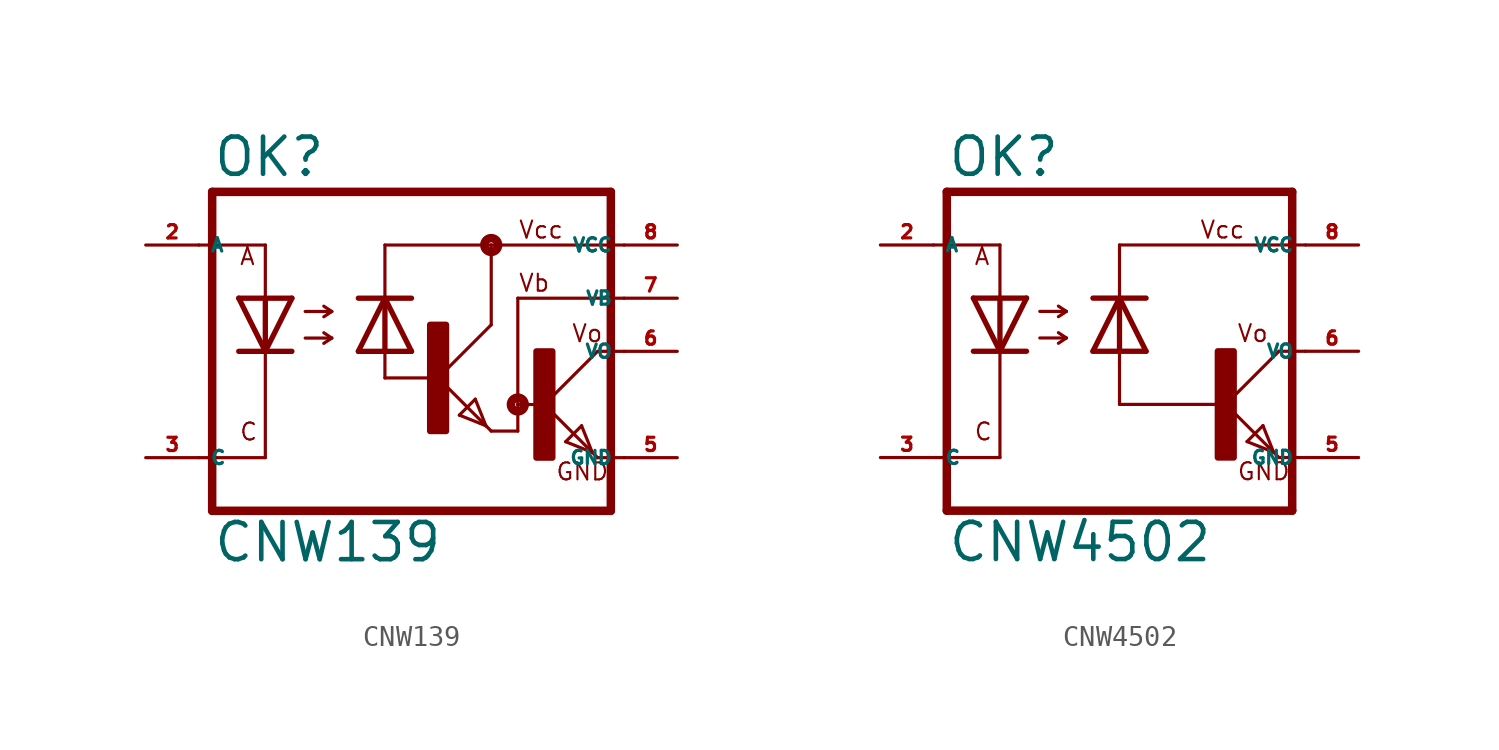
<source format=kicad_sym>
(kicad_symbol_lib
  (version 20220914)
  (generator kicad_symbol_editor)
  (symbol "CNW139"
    (property "Reference" "OK"
      (at -9.525 8.255 0)
      (effects (font (size 1.778 1.778) (thickness 0.22)) (justify left bottom)))
    (property "Value" "CNW139"
      (at -9.525 -10.16 0)
      (effects (font (size 1.778 1.778) (thickness 0.22)) (justify left bottom)))
    (symbol "CNW139_1_1"
      (polyline (pts (xy -10.16 -5.08) (xy -6.985 -5.08)) (stroke (width 0.152) (type default)) (fill (type none)))
      (polyline (pts (xy -10.16 5.08) (xy -6.985 5.08)) (stroke (width 0.152) (type default)) (fill (type none)))
      (polyline (pts (xy -9.525 7.62) (xy -9.525 -7.62)) (stroke (width 0.406) (type default)) (fill (type none)))
      (polyline (pts (xy -6.985 -5.08) (xy -6.985 0)) (stroke (width 0.152) (type default)) (fill (type none)))
      (polyline (pts (xy -6.985 0) (xy -8.255 0)) (stroke (width 0.254) (type default)) (fill (type none)))
      (polyline (pts (xy -6.985 0) (xy -8.255 2.54)) (stroke (width 0.254) (type default)) (fill (type none)))
      (polyline (pts (xy -6.985 2.54) (xy -8.255 2.54)) (stroke (width 0.254) (type default)) (fill (type none)))
      (polyline (pts (xy -6.985 2.54) (xy -6.985 0)) (stroke (width 0.254) (type default)) (fill (type none)))
      (polyline (pts (xy -6.985 2.54) (xy -6.985 5.08)) (stroke (width 0.152) (type default)) (fill (type none)))
      (polyline (pts (xy -5.715 0) (xy -6.985 0)) (stroke (width 0.254) (type default)) (fill (type none)))
      (polyline (pts (xy -5.715 2.54) (xy -6.985 0)) (stroke (width 0.254) (type default)) (fill (type none)))
      (polyline (pts (xy -5.715 2.54) (xy -6.985 2.54)) (stroke (width 0.254) (type default)) (fill (type none)))
      (polyline (pts (xy -5.08 0.635) (xy -3.81 0.635)) (stroke (width 0.152) (type default)) (fill (type none)))
      (polyline (pts (xy -5.08 1.905) (xy -3.81 1.905)) (stroke (width 0.152) (type default)) (fill (type none)))
      (polyline (pts (xy -3.81 0.635) (xy -4.191 0.381)) (stroke (width 0.152) (type default)) (fill (type none)))
      (polyline (pts (xy -3.81 0.635) (xy -4.191 0.889)) (stroke (width 0.152) (type default)) (fill (type none)))
      (polyline (pts (xy -3.81 1.905) (xy -4.191 1.651)) (stroke (width 0.152) (type default)) (fill (type none)))
      (polyline (pts (xy -3.81 1.905) (xy -4.191 2.159)) (stroke (width 0.152) (type default)) (fill (type none)))
      (polyline (pts (xy -2.54 0) (xy -1.27 0)) (stroke (width 0.254) (type default)) (fill (type none)))
      (polyline (pts (xy -2.54 0) (xy -1.27 2.54)) (stroke (width 0.254) (type default)) (fill (type none)))
      (polyline (pts (xy -2.54 2.54) (xy -1.27 2.54)) (stroke (width 0.254) (type default)) (fill (type none)))
      (polyline (pts (xy -1.27 -1.27) (xy -1.27 0)) (stroke (width 0.152) (type default)) (fill (type none)))
      (polyline (pts (xy -1.27 -1.27) (xy 1.27 -1.27)) (stroke (width 0.152) (type default)) (fill (type none)))
      (polyline (pts (xy -1.27 0) (xy -1.27 2.54)) (stroke (width 0.254) (type default)) (fill (type none)))
      (polyline (pts (xy -1.27 0) (xy 0 0)) (stroke (width 0.254) (type default)) (fill (type none)))
      (polyline (pts (xy -1.27 2.54) (xy 0 0)) (stroke (width 0.254) (type default)) (fill (type none)))
      (polyline (pts (xy -1.27 2.54) (xy 0 2.54)) (stroke (width 0.254) (type default)) (fill (type none)))
      (polyline (pts (xy -1.27 5.08) (xy -1.27 2.54)) (stroke (width 0.152) (type default)) (fill (type none)))
      (polyline (pts (xy 1.27 -1.27) (xy 3.556 -3.556)) (stroke (width 0.152) (type default)) (fill (type none)))
      (polyline (pts (xy 2.286 -3.048) (xy 3.048 -2.286)) (stroke (width 0.152) (type default)) (fill (type none)))
      (polyline (pts (xy 3.048 -2.286) (xy 3.556 -3.556)) (stroke (width 0.152) (type default)) (fill (type none)))
      (polyline (pts (xy 3.556 -3.556) (xy 2.286 -3.048)) (stroke (width 0.152) (type default)) (fill (type none)))
      (polyline (pts (xy 3.556 -3.556) (xy 3.81 -3.81)) (stroke (width 0.152) (type default)) (fill (type none)))
      (polyline (pts (xy 3.81 -3.81) (xy 5.08 -3.81)) (stroke (width 0.152) (type default)) (fill (type none)))
      (polyline (pts (xy 3.81 1.27) (xy 1.27 -1.27)) (stroke (width 0.152) (type default)) (fill (type none)))
      (polyline (pts (xy 3.81 1.27) (xy 3.81 5.08)) (stroke (width 0.152) (type default)) (fill (type none)))
      (polyline (pts (xy 3.81 5.08) (xy -1.27 5.08)) (stroke (width 0.152) (type default)) (fill (type none)))
      (polyline (pts (xy 3.81 5.08) (xy 10.16 5.08)) (stroke (width 0.152) (type default)) (fill (type none)))
      (polyline (pts (xy 5.08 -3.81) (xy 5.08 -2.54)) (stroke (width 0.152) (type default)) (fill (type none)))
      (polyline (pts (xy 5.08 -2.54) (xy 5.08 2.54)) (stroke (width 0.152) (type default)) (fill (type none)))
      (polyline (pts (xy 5.08 -2.54) (xy 6.35 -2.54)) (stroke (width 0.152) (type default)) (fill (type none)))
      (polyline (pts (xy 5.08 2.54) (xy 10.16 2.54)) (stroke (width 0.152) (type default)) (fill (type none)))
      (polyline (pts (xy 6.35 -2.54) (xy 8.636 -4.826)) (stroke (width 0.152) (type default)) (fill (type none)))
      (polyline (pts (xy 7.366 -4.318) (xy 8.128 -3.556)) (stroke (width 0.152) (type default)) (fill (type none)))
      (polyline (pts (xy 8.128 -3.556) (xy 8.636 -4.826)) (stroke (width 0.152) (type default)) (fill (type none)))
      (polyline (pts (xy 8.636 -4.826) (xy 7.366 -4.318)) (stroke (width 0.152) (type default)) (fill (type none)))
      (polyline (pts (xy 8.636 -4.826) (xy 8.89 -5.08)) (stroke (width 0.152) (type default)) (fill (type none)))
      (polyline (pts (xy 8.89 -5.08) (xy 10.16 -5.08)) (stroke (width 0.152) (type default)) (fill (type none)))
      (polyline (pts (xy 8.89 0) (xy 6.35 -2.54)) (stroke (width 0.152) (type default)) (fill (type none)))
      (polyline (pts (xy 8.89 0) (xy 10.16 0)) (stroke (width 0.152) (type default)) (fill (type none)))
      (polyline (pts (xy 9.525 -7.62) (xy -9.525 -7.62)) (stroke (width 0.406) (type default)) (fill (type none)))
      (polyline (pts (xy 9.525 7.62) (xy -9.525 7.62)) (stroke (width 0.406) (type default)) (fill (type none)))
      (polyline (pts (xy 9.525 7.62) (xy 9.525 -7.62)) (stroke (width 0.406) (type default)) (fill (type none)))
      (rectangle (start 0.889 -3.81) (end 1.651 1.27) (stroke (width 0.3) (type default)) (fill (type outline)))
      (circle (center 3.81 5.08) (radius 0.127) (stroke (width 0.406) (type default)) (fill (type none)))
      (circle (center 5.08 -2.54) (radius 0.127) (stroke (width 0.406) (type default)) (fill (type none)))
      (rectangle (start 5.969 -5.08) (end 6.731 0) (stroke (width 0.3) (type default)) (fill (type outline)))
      (text "A" (at -8.255 4.064 0) (effects (font (size 0.813 0.813) (thickness 0.1)) (justify left bottom)))
      (text "C" (at -8.255 -4.318 0) (effects (font (size 0.813 0.813) (thickness 0.1)) (justify left bottom)))
      (text "GND" (at 6.858 -6.223 0) (effects (font (size 0.813 0.813) (thickness 0.1)) (justify left bottom)))
      (text "Vb" (at 5.08 2.794 0) (effects (font (size 0.813 0.813) (thickness 0.1)) (justify left bottom)))
      (text "Vcc" (at 5.08 5.334 0) (effects (font (size 0.813 0.813) (thickness 0.1)) (justify left bottom)))
      (text "Vo" (at 7.62 0.381 0) (effects (font (size 0.813 0.813) (thickness 0.1)) (justify left bottom)))
      (pin passive line (at -12.7 5.08 0) (length 2.54) (name "A" (effects (font (size 0.635 0.635)))) (number "2" (effects (font (size 0.635 0.635)))))
      (pin passive line (at -12.7 -5.08 0) (length 2.54) (name "C" (effects (font (size 0.635 0.635)))) (number "3" (effects (font (size 0.635 0.635)))))
      (pin passive line (at 12.7 -5.08 180) (length 2.54) (name "GND" (effects (font (size 0.635 0.635)))) (number "5" (effects (font (size 0.635 0.635)))))
      (pin passive line (at 12.7 0 180) (length 2.54) (name "VO" (effects (font (size 0.635 0.635)))) (number "6" (effects (font (size 0.635 0.635)))))
      (pin passive line (at 12.7 2.54 180) (length 2.54) (name "VB" (effects (font (size 0.635 0.635)))) (number "7" (effects (font (size 0.635 0.635)))))
      (pin passive line (at 12.7 5.08 180) (length 2.54) (name "VCC" (effects (font (size 0.635 0.635)))) (number "8" (effects (font (size 0.635 0.635)))))))
  (symbol "CNW4502"
    (property "Reference" "OK"
      (at -9.525 8.255 0)
      (effects (font (size 1.778 1.778) (thickness 0.22)) (justify left bottom)))
    (property "Value" "CNW4502"
      (at -9.525 -10.16 0)
      (effects (font (size 1.778 1.778) (thickness 0.22)) (justify left bottom)))
    (symbol "CNW4502_1_1"
      (polyline (pts (xy -10.16 -5.08) (xy -6.985 -5.08)) (stroke (width 0.152) (type default)) (fill (type none)))
      (polyline (pts (xy -10.16 5.08) (xy -6.985 5.08)) (stroke (width 0.152) (type default)) (fill (type none)))
      (polyline (pts (xy -9.525 7.62) (xy -9.525 -7.62)) (stroke (width 0.406) (type default)) (fill (type none)))
      (polyline (pts (xy -6.985 -5.08) (xy -6.985 0)) (stroke (width 0.152) (type default)) (fill (type none)))
      (polyline (pts (xy -6.985 0) (xy -8.255 0)) (stroke (width 0.254) (type default)) (fill (type none)))
      (polyline (pts (xy -6.985 0) (xy -8.255 2.54)) (stroke (width 0.254) (type default)) (fill (type none)))
      (polyline (pts (xy -6.985 2.54) (xy -8.255 2.54)) (stroke (width 0.254) (type default)) (fill (type none)))
      (polyline (pts (xy -6.985 2.54) (xy -6.985 0)) (stroke (width 0.254) (type default)) (fill (type none)))
      (polyline (pts (xy -6.985 2.54) (xy -6.985 5.08)) (stroke (width 0.152) (type default)) (fill (type none)))
      (polyline (pts (xy -5.715 0) (xy -6.985 0)) (stroke (width 0.254) (type default)) (fill (type none)))
      (polyline (pts (xy -5.715 2.54) (xy -6.985 0)) (stroke (width 0.254) (type default)) (fill (type none)))
      (polyline (pts (xy -5.715 2.54) (xy -6.985 2.54)) (stroke (width 0.254) (type default)) (fill (type none)))
      (polyline (pts (xy -5.08 0.635) (xy -3.81 0.635)) (stroke (width 0.152) (type default)) (fill (type none)))
      (polyline (pts (xy -5.08 1.905) (xy -3.81 1.905)) (stroke (width 0.152) (type default)) (fill (type none)))
      (polyline (pts (xy -3.81 0.635) (xy -4.191 0.381)) (stroke (width 0.152) (type default)) (fill (type none)))
      (polyline (pts (xy -3.81 0.635) (xy -4.191 0.889)) (stroke (width 0.152) (type default)) (fill (type none)))
      (polyline (pts (xy -3.81 1.905) (xy -4.191 1.651)) (stroke (width 0.152) (type default)) (fill (type none)))
      (polyline (pts (xy -3.81 1.905) (xy -4.191 2.159)) (stroke (width 0.152) (type default)) (fill (type none)))
      (polyline (pts (xy -2.54 0) (xy -1.27 0)) (stroke (width 0.254) (type default)) (fill (type none)))
      (polyline (pts (xy -2.54 0) (xy -1.27 2.54)) (stroke (width 0.254) (type default)) (fill (type none)))
      (polyline (pts (xy -2.54 2.54) (xy -1.27 2.54)) (stroke (width 0.254) (type default)) (fill (type none)))
      (polyline (pts (xy -1.27 -2.54) (xy -1.27 0)) (stroke (width 0.152) (type default)) (fill (type none)))
      (polyline (pts (xy -1.27 -2.54) (xy 3.81 -2.54)) (stroke (width 0.152) (type default)) (fill (type none)))
      (polyline (pts (xy -1.27 0) (xy -1.27 2.54)) (stroke (width 0.254) (type default)) (fill (type none)))
      (polyline (pts (xy -1.27 0) (xy 0 0)) (stroke (width 0.254) (type default)) (fill (type none)))
      (polyline (pts (xy -1.27 2.54) (xy 0 0)) (stroke (width 0.254) (type default)) (fill (type none)))
      (polyline (pts (xy -1.27 2.54) (xy 0 2.54)) (stroke (width 0.254) (type default)) (fill (type none)))
      (polyline (pts (xy -1.27 5.08) (xy -1.27 2.54)) (stroke (width 0.152) (type default)) (fill (type none)))
      (polyline (pts (xy -1.27 5.08) (xy 7.62 5.08)) (stroke (width 0.152) (type default)) (fill (type none)))
      (polyline (pts (xy 3.81 -2.54) (xy 6.096 -4.826)) (stroke (width 0.152) (type default)) (fill (type none)))
      (polyline (pts (xy 4.826 -4.318) (xy 5.588 -3.556)) (stroke (width 0.152) (type default)) (fill (type none)))
      (polyline (pts (xy 5.588 -3.556) (xy 6.096 -4.826)) (stroke (width 0.152) (type default)) (fill (type none)))
      (polyline (pts (xy 6.096 -4.826) (xy 4.826 -4.318)) (stroke (width 0.152) (type default)) (fill (type none)))
      (polyline (pts (xy 6.096 -4.826) (xy 6.35 -5.08)) (stroke (width 0.152) (type default)) (fill (type none)))
      (polyline (pts (xy 6.35 -5.08) (xy 7.62 -5.08)) (stroke (width 0.152) (type default)) (fill (type none)))
      (polyline (pts (xy 6.35 0) (xy 3.81 -2.54)) (stroke (width 0.152) (type default)) (fill (type none)))
      (polyline (pts (xy 6.35 0) (xy 7.62 0)) (stroke (width 0.152) (type default)) (fill (type none)))
      (polyline (pts (xy 6.985 -7.62) (xy -9.525 -7.62)) (stroke (width 0.406) (type default)) (fill (type none)))
      (polyline (pts (xy 6.985 7.62) (xy -9.525 7.62)) (stroke (width 0.406) (type default)) (fill (type none)))
      (polyline (pts (xy 6.985 7.62) (xy 6.985 -7.62)) (stroke (width 0.406) (type default)) (fill (type none)))
      (rectangle (start 3.429 -5.08) (end 4.191 0) (stroke (width 0.3) (type default)) (fill (type outline)))
      (text "A" (at -8.255 4.064 0) (effects (font (size 0.813 0.813) (thickness 0.1)) (justify left bottom)))
      (text "C" (at -8.255 -4.318 0) (effects (font (size 0.813 0.813) (thickness 0.1)) (justify left bottom)))
      (text "GND" (at 4.318 -6.223 0) (effects (font (size 0.813 0.813) (thickness 0.1)) (justify left bottom)))
      (text "Vcc" (at 2.54 5.334 0) (effects (font (size 0.813 0.813) (thickness 0.1)) (justify left bottom)))
      (text "Vo" (at 4.318 0.381 0) (effects (font (size 0.813 0.813) (thickness 0.1)) (justify left bottom)))
      (pin passive line (at -12.7 5.08 0) (length 2.54) (name "A" (effects (font (size 0.635 0.635)))) (number "2" (effects (font (size 0.635 0.635)))))
      (pin passive line (at -12.7 -5.08 0) (length 2.54) (name "C" (effects (font (size 0.635 0.635)))) (number "3" (effects (font (size 0.635 0.635)))))
      (pin passive line (at 10.16 -5.08 180) (length 2.54) (name "GND" (effects (font (size 0.635 0.635)))) (number "5" (effects (font (size 0.635 0.635)))))
      (pin passive line (at 10.16 0 180) (length 2.54) (name "VO" (effects (font (size 0.635 0.635)))) (number "6" (effects (font (size 0.635 0.635)))))
      (pin passive line (at 10.16 5.08 180) (length 2.54) (name "VCC" (effects (font (size 0.635 0.635)))) (number "8" (effects (font (size 0.635 0.635))))))))
</source>
